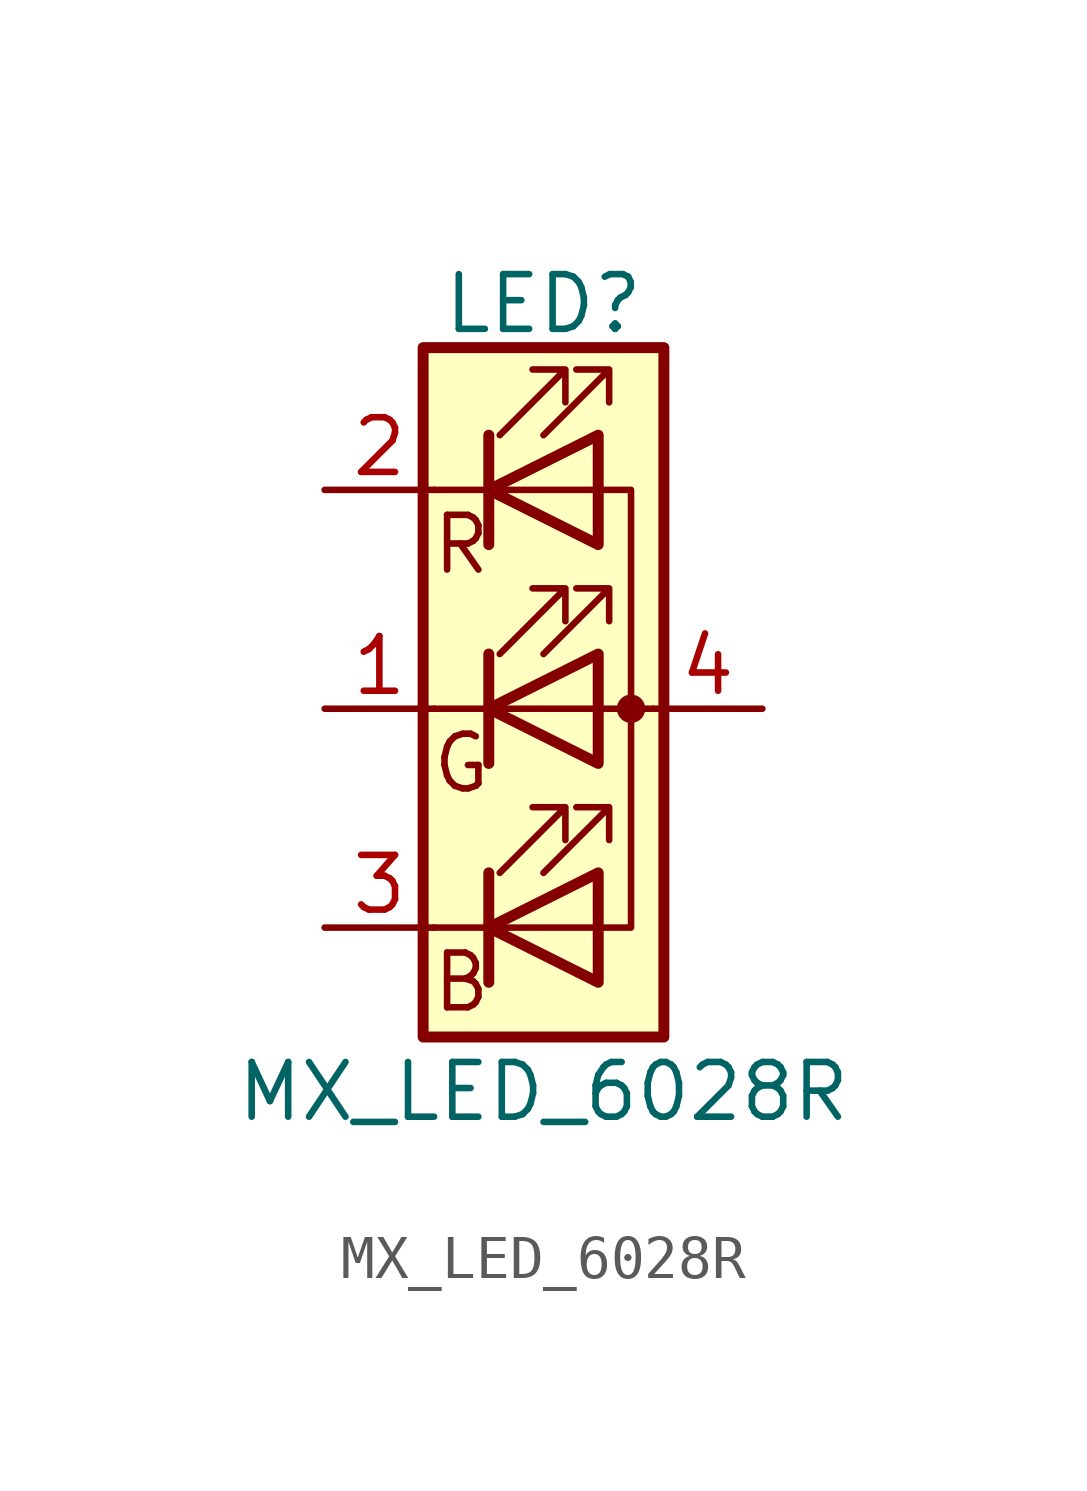
<source format=kicad_sym>
(kicad_symbol_lib
  (version 20231120)
  (generator "kicad_symbol_editor")
  (generator_version "8.0")
  (symbol "MX_LED_6028R"
    (pin_names
      (offset 0) hide)
    (property "Reference" "LED"
      (at 0 9.398 0)
      (effects (font (size 1.27 1.27))))
    (property "Value" "MX_LED_6028R"
      (at 0 -8.89 0)
      (effects (font (size 1.27 1.27))))
    (symbol "MX_LED_6028R_0_0"
      (text "B" (at -1.905 -6.35 0) (effects (font (size 1.27 1.27))))
      (text "G" (at -1.905 -1.27 0) (effects (font (size 1.27 1.27))))
      (text "R" (at -1.905 3.81 0) (effects (font (size 1.27 1.27)))))
    (symbol "MX_LED_6028R_0_1"
      (polyline (pts (xy -1.27 -5.08) (xy -2.54 -5.08)) (stroke (width 0) (type default)) (fill (type none)))
      (polyline (pts (xy -1.27 -5.08) (xy 1.27 -5.08)) (stroke (width 0) (type default)) (fill (type none)))
      (polyline (pts (xy -1.27 -3.81) (xy -1.27 -6.35)) (stroke (width 0.254) (type default)) (fill (type none)))
      (polyline (pts (xy -1.27 0) (xy -2.54 0)) (stroke (width 0) (type default)) (fill (type none)))
      (polyline (pts (xy -1.27 1.27) (xy -1.27 -1.27)) (stroke (width 0.254) (type default)) (fill (type none)))
      (polyline (pts (xy -1.27 5.08) (xy -2.54 5.08)) (stroke (width 0) (type default)) (fill (type none)))
      (polyline (pts (xy -1.27 5.08) (xy 1.27 5.08)) (stroke (width 0) (type default)) (fill (type none)))
      (polyline (pts (xy -1.27 6.35) (xy -1.27 3.81)) (stroke (width 0.254) (type default)) (fill (type none)))
      (polyline (pts (xy 1.27 0) (xy -1.27 0)) (stroke (width 0) (type default)) (fill (type none)))
      (polyline (pts (xy 1.27 0) (xy 2.54 0)) (stroke (width 0) (type default)) (fill (type none)))
      (polyline (pts (xy -1.27 1.27) (xy -1.27 -1.27) (xy -1.27 -1.27)) (stroke (width 0) (type default)) (fill (type none)))
      (polyline (pts (xy -1.27 6.35) (xy -1.27 3.81) (xy -1.27 3.81)) (stroke (width 0) (type default)) (fill (type none)))
      (polyline (pts (xy 1.27 -5.08) (xy 2.032 -5.08) (xy 2.032 5.08) (xy 1.27 5.08)) (stroke (width 0) (type default)) (fill (type none)))
      (polyline (pts (xy 1.27 -3.81) (xy 1.27 -6.35) (xy -1.27 -5.08) (xy 1.27 -3.81)) (stroke (width 0.254) (type default)) (fill (type none)))
      (polyline (pts (xy 1.27 1.27) (xy 1.27 -1.27) (xy -1.27 0) (xy 1.27 1.27)) (stroke (width 0.254) (type default)) (fill (type none)))
      (polyline (pts (xy 1.27 6.35) (xy 1.27 3.81) (xy -1.27 5.08) (xy 1.27 6.35)) (stroke (width 0.254) (type default)) (fill (type none)))
      (polyline (pts (xy -1.016 -3.81) (xy 0.508 -2.286) (xy -0.254 -2.286) (xy 0.508 -2.286) (xy 0.508 -3.048)) (stroke (width 0) (type default)) (fill (type none)))
      (polyline (pts (xy -1.016 1.27) (xy 0.508 2.794) (xy -0.254 2.794) (xy 0.508 2.794) (xy 0.508 2.032)) (stroke (width 0) (type default)) (fill (type none)))
      (polyline (pts (xy -1.016 6.35) (xy 0.508 7.874) (xy -0.254 7.874) (xy 0.508 7.874) (xy 0.508 7.112)) (stroke (width 0) (type default)) (fill (type none)))
      (polyline (pts (xy 0 -3.81) (xy 1.524 -2.286) (xy 0.762 -2.286) (xy 1.524 -2.286) (xy 1.524 -3.048)) (stroke (width 0) (type default)) (fill (type none)))
      (polyline (pts (xy 0 1.27) (xy 1.524 2.794) (xy 0.762 2.794) (xy 1.524 2.794) (xy 1.524 2.032)) (stroke (width 0) (type default)) (fill (type none)))
      (polyline (pts (xy 0 6.35) (xy 1.524 7.874) (xy 0.762 7.874) (xy 1.524 7.874) (xy 1.524 7.112)) (stroke (width 0) (type default)) (fill (type none)))
      (rectangle (start 1.27 -1.27) (end 1.27 1.27) (stroke (width 0) (type default)) (fill (type none)))
      (rectangle (start 1.27 1.27) (end 1.27 1.27) (stroke (width 0) (type default)) (fill (type none)))
      (rectangle (start 1.27 3.81) (end 1.27 6.35) (stroke (width 0) (type default)) (fill (type none)))
      (rectangle (start 1.27 6.35) (end 1.27 6.35) (stroke (width 0) (type default)) (fill (type none)))
      (circle (center 2.032 0) (radius 0.254) (stroke (width 0) (type default)) (fill (type outline)))
      (rectangle (start 2.794 8.382) (end -2.794 -7.62) (stroke (width 0.254) (type default)) (fill (type background))))
    (symbol "MX_LED_6028R_1_1"
      (pin passive line (at -5.08 0 0) (length 2.54) (name "GK" (effects (font (size 1.27 1.27)))) (number "1" (effects (font (size 1.27 1.27)))))
      (pin passive line (at -5.08 5.08 0) (length 2.54) (name "RK" (effects (font (size 1.27 1.27)))) (number "2" (effects (font (size 1.27 1.27)))))
      (pin passive line (at -5.08 -5.08 0) (length 2.54) (name "BK" (effects (font (size 1.27 1.27)))) (number "3" (effects (font (size 1.27 1.27)))))
      (pin passive line (at 5.08 0 180) (length 2.54) (name "A" (effects (font (size 1.27 1.27)))) (number "4" (effects (font (size 1.27 1.27))))))))
</source>
